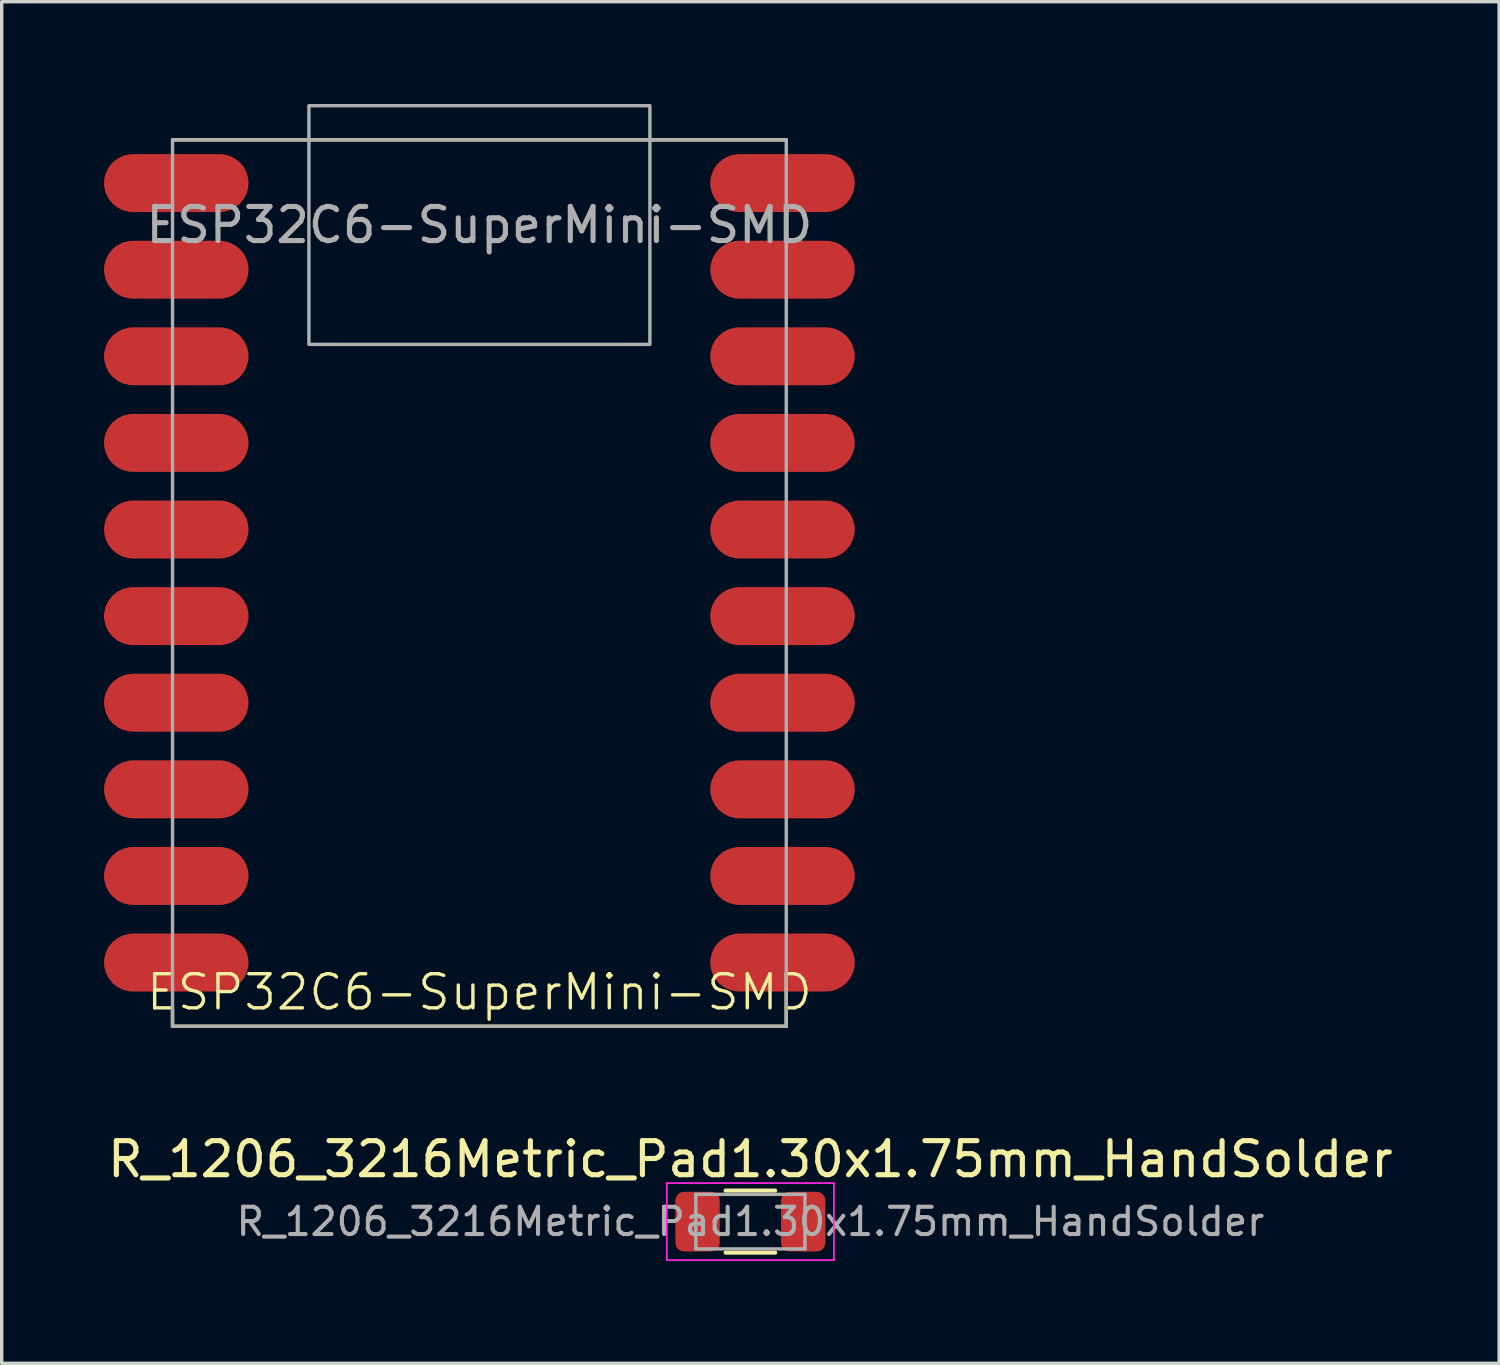
<source format=kicad_pcb>
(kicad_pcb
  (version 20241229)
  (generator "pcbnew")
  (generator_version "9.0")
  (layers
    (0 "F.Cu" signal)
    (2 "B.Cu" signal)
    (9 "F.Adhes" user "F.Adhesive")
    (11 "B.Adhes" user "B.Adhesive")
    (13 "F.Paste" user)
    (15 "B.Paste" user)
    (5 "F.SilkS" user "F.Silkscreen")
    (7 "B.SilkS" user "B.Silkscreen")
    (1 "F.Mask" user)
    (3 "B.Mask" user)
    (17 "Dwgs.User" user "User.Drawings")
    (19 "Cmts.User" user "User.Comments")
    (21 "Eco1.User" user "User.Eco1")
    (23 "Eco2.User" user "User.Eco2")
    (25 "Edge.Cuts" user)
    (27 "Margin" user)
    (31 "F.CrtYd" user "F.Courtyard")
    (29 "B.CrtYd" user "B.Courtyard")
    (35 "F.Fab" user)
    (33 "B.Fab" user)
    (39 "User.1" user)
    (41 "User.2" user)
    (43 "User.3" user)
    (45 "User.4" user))
  (footprint "R_1206_3216Metric_Pad1.30x1.75mm_HandSolder"
    (layer "F.Cu")
    (at 18.958 32.778)
    (property "Reference" "R_1206_3216Metric_Pad1.30x1.75mm_HandSolder" (at 0 -1.83 0) (layer "F.SilkS") (effects (font (size 1 1) (thickness 0.15))))
    (attr smd)
    (fp_line (start -0.727 -0.91) (end 0.727 -0.91) (stroke (width 0.12) (type solid)) (layer "F.SilkS"))
    (fp_line (start -0.727 0.91) (end 0.727 0.91) (stroke (width 0.12) (type solid)) (layer "F.SilkS"))
    (fp_line (start -2.45 -1.13) (end 2.45 -1.13) (stroke (width 0.05) (type solid)) (layer "F.CrtYd"))
    (fp_line (start -2.45 1.13) (end -2.45 -1.13) (stroke (width 0.05) (type solid)) (layer "F.CrtYd"))
    (fp_line (start 2.45 -1.13) (end 2.45 1.13) (stroke (width 0.05) (type solid)) (layer "F.CrtYd"))
    (fp_line (start 2.45 1.13) (end -2.45 1.13) (stroke (width 0.05) (type solid)) (layer "F.CrtYd"))
    (fp_line (start -1.6 -0.8) (end 1.6 -0.8) (stroke (width 0.1) (type solid)) (layer "F.Fab"))
    (fp_line (start -1.6 0.8) (end -1.6 -0.8) (stroke (width 0.1) (type solid)) (layer "F.Fab"))
    (fp_line (start 1.6 -0.8) (end 1.6 0.8) (stroke (width 0.1) (type solid)) (layer "F.Fab"))
    (fp_line (start 1.6 0.8) (end -1.6 0.8) (stroke (width 0.1) (type solid)) (layer "F.Fab"))
    (fp_text user "${REFERENCE}" (at 0 0 0) (layer "F.Fab") (effects (font (size 0.8 0.8) (thickness 0.12))))
    (pad "1" smd roundrect (at -1.55 0) (size 1.3 1.75) (layers "F.Cu" "F.Mask" "F.Paste") (roundrect_rratio 0.192))
    (pad "2" smd roundrect (at 1.55 0) (size 1.3 1.75) (layers "F.Cu" "F.Mask" "F.Paste") (roundrect_rratio 0.192)))
  (footprint "ESP32C6-SuperMini-SMD"
    (layer "F.Cu")
    (at 11.01 1.05)
    (property "Reference" "ESP32C6-SuperMini-SMD" (at 0 25 0) (unlocked yes) (layer "F.SilkS") (effects (font (size 1 1) (thickness 0.1))))
    (attr smd)
    (fp_line (start -9 0) (end 9 0) (stroke (width 0.1) (type default)) (layer "F.SilkS"))
    (fp_line (start -9 25.5) (end -9 26) (stroke (width 0.1) (type default)) (layer "F.SilkS"))
    (fp_line (start -9 26) (end 9 26) (stroke (width 0.1) (type default)) (layer "F.SilkS"))
    (fp_line (start 9 26) (end 9 25.5) (stroke (width 0.1) (type default)) (layer "F.SilkS"))
    (fp_rect (start -9 0) (end 9 26) (stroke (width 0.1) (type default)) (fill no) (layer "F.Fab"))
    (fp_rect (start -5 -1) (end 5 6) (stroke (width 0.1) (type default)) (fill no) (layer "F.Fab"))
    (fp_text user "${REFERENCE}" (at 0 2.5 0) (unlocked yes) (layer "F.Fab") (effects (font (size 1 1) (thickness 0.15))))
    (pad "1" smd roundrect (at -7.62 1.27) (size 4.24 1.7) (drill (offset -1.27 0)) (layers "F.Cu" "F.Mask" "F.Paste") (roundrect_rratio 0.5))
    (pad "2" smd roundrect (at -7.62 3.81) (size 4.24 1.7) (drill (offset -1.27 0)) (layers "F.Cu" "F.Mask" "F.Paste") (roundrect_rratio 0.5))
    (pad "3" smd roundrect (at -7.62 6.35) (size 4.24 1.7) (drill (offset -1.27 0)) (layers "F.Cu" "F.Mask" "F.Paste") (roundrect_rratio 0.5))
    (pad "4" smd roundrect (at -7.62 8.89) (size 4.24 1.7) (drill (offset -1.27 0)) (layers "F.Cu" "F.Mask" "F.Paste") (roundrect_rratio 0.5))
    (pad "5" smd roundrect (at -7.62 11.43) (size 4.24 1.7) (drill (offset -1.27 0)) (layers "F.Cu" "F.Mask" "F.Paste") (roundrect_rratio 0.5))
    (pad "6" smd roundrect (at -7.62 13.97) (size 4.24 1.7) (drill (offset -1.27 0)) (layers "F.Cu" "F.Mask" "F.Paste") (roundrect_rratio 0.5))
    (pad "7" smd roundrect (at -7.62 16.51) (size 4.24 1.7) (drill (offset -1.27 0)) (layers "F.Cu" "F.Mask" "F.Paste") (roundrect_rratio 0.5))
    (pad "8" smd roundrect (at -7.62 19.05) (size 4.24 1.7) (drill (offset -1.27 0)) (layers "F.Cu" "F.Mask" "F.Paste") (roundrect_rratio 0.5))
    (pad "9" smd roundrect (at -7.62 21.59) (size 4.24 1.7) (drill (offset -1.27 0)) (layers "F.Cu" "F.Mask" "F.Paste") (roundrect_rratio 0.5))
    (pad "10" smd roundrect (at -7.62 24.13) (size 4.24 1.7) (drill (offset -1.27 0)) (layers "F.Cu" "F.Mask" "F.Paste") (roundrect_rratio 0.5))
    (pad "11" smd roundrect (at 7.62 24.13 180) (size 4.24 1.7) (drill (offset -1.27 0)) (layers "F.Cu" "F.Mask" "F.Paste") (roundrect_rratio 0.5))
    (pad "12" smd roundrect (at 7.62 21.59 180) (size 4.24 1.7) (drill (offset -1.27 0)) (layers "F.Cu" "F.Mask" "F.Paste") (roundrect_rratio 0.5))
    (pad "13" smd roundrect (at 7.62 19.05 180) (size 4.24 1.7) (drill (offset -1.27 0)) (layers "F.Cu" "F.Mask" "F.Paste") (roundrect_rratio 0.5))
    (pad "14" smd roundrect (at 7.62 16.51 180) (size 4.24 1.7) (drill (offset -1.27 0)) (layers "F.Cu" "F.Mask" "F.Paste") (roundrect_rratio 0.5))
    (pad "15" smd roundrect (at 7.62 13.97 180) (size 4.24 1.7) (drill (offset -1.27 0)) (layers "F.Cu" "F.Mask" "F.Paste") (roundrect_rratio 0.5))
    (pad "16" smd roundrect (at 7.62 11.43 180) (size 4.24 1.7) (drill (offset -1.27 0)) (layers "F.Cu" "F.Mask" "F.Paste") (roundrect_rratio 0.5))
    (pad "17" smd roundrect (at 7.62 8.89 180) (size 4.24 1.7) (drill (offset -1.27 0)) (layers "F.Cu" "F.Mask" "F.Paste") (roundrect_rratio 0.5))
    (pad "18" smd roundrect (at 7.62 6.35 180) (size 4.24 1.7) (drill (offset -1.27 0)) (layers "F.Cu" "F.Mask" "F.Paste") (roundrect_rratio 0.5))
    (pad "19" smd roundrect (at 7.62 3.81 180) (size 4.24 1.7) (drill (offset -1.27 0)) (layers "F.Cu" "F.Mask" "F.Paste") (roundrect_rratio 0.5))
    (pad "20" smd roundrect (at 7.62 1.27 180) (size 4.24 1.7) (drill (offset -1.27 0)) (layers "F.Cu" "F.Mask" "F.Paste") (roundrect_rratio 0.5)))
  (gr_rect
    (start -3 -3)
    (end 40.917 36.933)
    (stroke (width 0.1) (type default))
    (fill no)
    (layer "Edge.Cuts")))
</source>
